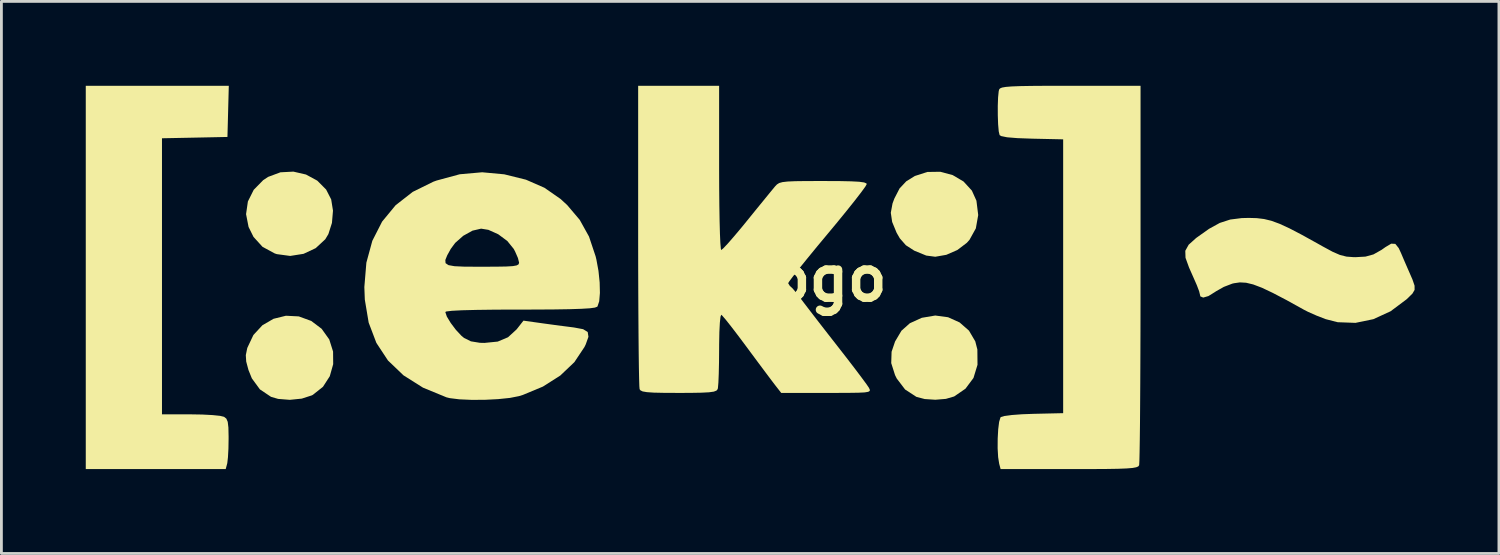
<source format=kicad_pcb>
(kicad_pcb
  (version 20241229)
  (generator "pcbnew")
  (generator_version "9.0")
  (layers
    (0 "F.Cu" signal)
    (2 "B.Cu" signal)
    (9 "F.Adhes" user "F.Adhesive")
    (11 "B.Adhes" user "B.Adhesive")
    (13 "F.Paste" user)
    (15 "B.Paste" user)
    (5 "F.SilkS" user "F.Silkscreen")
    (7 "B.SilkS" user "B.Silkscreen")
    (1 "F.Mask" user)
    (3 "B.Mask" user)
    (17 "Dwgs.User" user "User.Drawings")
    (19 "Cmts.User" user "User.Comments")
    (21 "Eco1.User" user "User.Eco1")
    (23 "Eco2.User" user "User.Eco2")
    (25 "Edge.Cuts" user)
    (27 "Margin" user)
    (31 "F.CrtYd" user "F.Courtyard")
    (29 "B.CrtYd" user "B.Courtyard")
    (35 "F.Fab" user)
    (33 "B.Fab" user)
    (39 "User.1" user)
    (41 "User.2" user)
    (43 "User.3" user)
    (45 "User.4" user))
  (footprint "ek_logo"
    (layer "F.Cu")
    (at 24.215 6.858)
    (property "Reference" "ek_logo" (at 0 0 0) (layer "F.SilkS") (effects (font (size 1.5 1.5) (thickness 0.3))))
    (attr board_only exclude_from_pos_files exclude_from_bom)
    (fp_poly (pts (xy -16.384 -3.702) (xy -15.984 -3.485) (xy -15.668 -3.168) (xy -15.488 -2.817) (xy -15.424 -2.417) (xy -15.461 -1.981) (xy -15.588 -1.583) (xy -15.698 -1.4) (xy -16.039 -1.084) (xy -16.47 -0.882) (xy -16.946 -0.807) (xy -17.421 -0.871) (xy -17.498 -0.897) (xy -17.93 -1.131) (xy -18.25 -1.483) (xy -18.426 -1.837) (xy -18.515 -2.293) (xy -18.45 -2.744) (xy -18.243 -3.158) (xy -17.905 -3.503) (xy -17.73 -3.618) (xy -17.292 -3.781) (xy -16.832 -3.805)) (stroke (width 0) (type solid)) (fill yes) (layer "F.SilkS"))
    (fp_poly (pts (xy 6.449 1.373) (xy 6.859 1.558) (xy 7.192 1.85) (xy 7.416 2.231) (xy 7.49 2.519) (xy 7.495 3.064) (xy 7.352 3.532) (xy 7.067 3.914) (xy 6.665 4.19) (xy 6.371 4.276) (xy 5.996 4.307) (xy 5.617 4.282) (xy 5.321 4.204) (xy 4.92 3.942) (xy 4.623 3.552) (xy 4.562 3.429) (xy 4.427 3.004) (xy 4.44 2.6) (xy 4.564 2.235) (xy 4.791 1.852) (xy 5.09 1.586) (xy 5.506 1.396) (xy 5.52 1.392) (xy 5.993 1.312)) (stroke (width 0) (type solid)) (fill yes) (layer "F.SilkS"))
    (fp_poly (pts (xy -16.64 1.343) (xy -16.197 1.505) (xy -15.828 1.783) (xy -15.557 2.162) (xy -15.421 2.593) (xy -15.417 3.042) (xy -15.538 3.471) (xy -15.78 3.846) (xy -16.137 4.13) (xy -16.175 4.151) (xy -16.534 4.267) (xy -16.96 4.31) (xy -17.375 4.277) (xy -17.628 4.203) (xy -18.022 3.939) (xy -18.309 3.547) (xy -18.43 3.248) (xy -18.51 2.948) (xy -18.524 2.721) (xy -18.476 2.484) (xy -18.468 2.457) (xy -18.254 2.004) (xy -17.934 1.658) (xy -17.538 1.428) (xy -17.097 1.32)) (stroke (width 0) (type solid)) (fill yes) (layer "F.SilkS"))
    (fp_poly (pts (xy 6.612 -3.682) (xy 6.998 -3.454) (xy 7.295 -3.13) (xy 7.457 -2.771) (xy 7.52 -2.261) (xy 7.436 -1.787) (xy 7.21 -1.379) (xy 7.116 -1.274) (xy 6.779 -1.018) (xy 6.387 -0.847) (xy 5.994 -0.778) (xy 5.673 -0.82) (xy 5.247 -0.994) (xy 4.948 -1.187) (xy 4.733 -1.432) (xy 4.619 -1.63) (xy 4.46 -2.016) (xy 4.412 -2.342) (xy 4.473 -2.672) (xy 4.538 -2.847) (xy 4.724 -3.208) (xy 4.962 -3.461) (xy 5.267 -3.65) (xy 5.712 -3.793) (xy 6.172 -3.8)) (stroke (width 0) (type solid)) (fill yes) (layer "F.SilkS"))
    (fp_poly (pts (xy -19.153 -5.948) (xy -19.177 -5.038) (xy -20.341 -5.014) (xy -21.505 -4.991) (xy -21.505 -0.082) (xy -21.505 4.826) (xy -20.484 4.826) (xy -20.071 4.833) (xy -19.708 4.852) (xy -19.437 4.88) (xy -19.298 4.914) (xy -19.216 4.979) (xy -19.167 5.093) (xy -19.143 5.293) (xy -19.136 5.616) (xy -19.136 5.697) (xy -19.142 6.048) (xy -19.159 6.353) (xy -19.182 6.556) (xy -19.188 6.583) (xy -19.239 6.773) (xy -21.727 6.773) (xy -24.215 6.773) (xy -24.215 -0.042) (xy -24.215 -6.858) (xy -21.672 -6.858) (xy -19.129 -6.858)) (stroke (width 0) (type solid)) (fill yes) (layer "F.SilkS"))
    (fp_poly (pts (xy 13.293 -0.176) (xy 13.292 0.875) (xy 13.29 1.878) (xy 13.287 2.822) (xy 13.283 3.691) (xy 13.278 4.473) (xy 13.273 5.156) (xy 13.266 5.726) (xy 13.259 6.169) (xy 13.252 6.474) (xy 13.244 6.625) (xy 13.241 6.639) (xy 13.21 6.679) (xy 13.137 6.709) (xy 13.005 6.733) (xy 12.795 6.75) (xy 12.49 6.762) (xy 12.071 6.769) (xy 11.52 6.772) (xy 10.82 6.773) (xy 10.753 6.773) (xy 8.317 6.773) (xy 8.266 6.583) (xy 8.229 6.348) (xy 8.211 6.034) (xy 8.213 5.689) (xy 8.231 5.36) (xy 8.264 5.094) (xy 8.311 4.939) (xy 8.324 4.924) (xy 8.451 4.885) (xy 8.714 4.85) (xy 9.08 4.823) (xy 9.488 4.808) (xy 10.541 4.784) (xy 10.541 -0.085) (xy 10.541 -4.953) (xy 9.444 -4.977) (xy 8.914 -4.996) (xy 8.547 -5.026) (xy 8.337 -5.069) (xy 8.281 -5.104) (xy 8.25 -5.236) (xy 8.228 -5.488) (xy 8.217 -5.806) (xy 8.216 -6.143) (xy 8.227 -6.445) (xy 8.249 -6.664) (xy 8.264 -6.724) (xy 8.295 -6.763) (xy 8.367 -6.794) (xy 8.499 -6.817) (xy 8.706 -6.834) (xy 9.009 -6.846) (xy 9.424 -6.853) (xy 9.97 -6.857) (xy 10.663 -6.858) (xy 10.804 -6.858) (xy 13.293 -6.858)) (stroke (width 0) (type solid)) (fill yes) (layer "F.SilkS"))
    (fp_poly (pts (xy 17.426 -2.151) (xy 17.684 -2.12) (xy 17.945 -2.057) (xy 18.236 -1.95) (xy 18.584 -1.79) (xy 19.014 -1.566) (xy 19.553 -1.268) (xy 19.77 -1.146) (xy 20.121 -0.956) (xy 20.385 -0.841) (xy 20.616 -0.783) (xy 20.866 -0.764) (xy 20.935 -0.763) (xy 21.292 -0.783) (xy 21.575 -0.861) (xy 21.864 -1.024) (xy 22.003 -1.122) (xy 22.207 -1.243) (xy 22.352 -1.236) (xy 22.473 -1.086) (xy 22.555 -0.91) (xy 22.677 -0.623) (xy 22.794 -0.354) (xy 22.82 -0.295) (xy 22.963 0.033) (xy 23.037 0.25) (xy 23.038 0.401) (xy 22.962 0.531) (xy 22.807 0.684) (xy 22.747 0.74) (xy 22.182 1.162) (xy 21.571 1.442) (xy 20.936 1.573) (xy 20.302 1.55) (xy 19.877 1.441) (xy 19.554 1.316) (xy 19.247 1.18) (xy 19.097 1.103) (xy 18.487 0.765) (xy 17.998 0.509) (xy 17.61 0.325) (xy 17.299 0.207) (xy 17.045 0.146) (xy 16.824 0.134) (xy 16.615 0.164) (xy 16.553 0.179) (xy 16.254 0.294) (xy 15.972 0.453) (xy 15.944 0.473) (xy 15.707 0.62) (xy 15.521 0.674) (xy 15.419 0.631) (xy 15.409 0.584) (xy 15.377 0.452) (xy 15.297 0.24) (xy 15.272 0.182) (xy 15.145 -0.106) (xy 15.02 -0.388) (xy 15.013 -0.406) (xy 14.892 -0.741) (xy 14.884 -0.99) (xy 15.004 -1.206) (xy 15.263 -1.439) (xy 15.282 -1.454) (xy 15.727 -1.77) (xy 16.109 -1.98) (xy 16.481 -2.101) (xy 16.892 -2.153) (xy 17.145 -2.159)) (stroke (width 0) (type solid)) (fill yes) (layer "F.SilkS"))
    (fp_poly (pts (xy -9.332 -3.709) (xy -8.561 -3.518) (xy -7.905 -3.231) (xy -7.332 -2.833) (xy -7.095 -2.615) (xy -6.65 -2.09) (xy -6.32 -1.496) (xy -6.085 -0.793) (xy -6.057 -0.677) (xy -5.983 -0.274) (xy -5.941 0.136) (xy -5.932 0.509) (xy -5.957 0.806) (xy -6.017 0.985) (xy -6.028 0.999) (xy -6.11 1.03) (xy -6.294 1.055) (xy -6.593 1.073) (xy -7.018 1.087) (xy -7.582 1.096) (xy -8.297 1.1) (xy -8.78 1.101) (xy -9.625 1.103) (xy -10.311 1.112) (xy -10.836 1.125) (xy -11.197 1.144) (xy -11.393 1.168) (xy -11.43 1.187) (xy -11.376 1.348) (xy -11.238 1.576) (xy -11.055 1.819) (xy -10.862 2.027) (xy -10.765 2.108) (xy -10.52 2.23) (xy -10.201 2.282) (xy -10.037 2.286) (xy -9.566 2.239) (xy -9.199 2.084) (xy -8.895 1.805) (xy -8.863 1.765) (xy -8.651 1.494) (xy -7.945 1.593) (xy -7.556 1.646) (xy -7.175 1.696) (xy -6.878 1.734) (xy -6.844 1.739) (xy -6.529 1.798) (xy -6.366 1.899) (xy -6.34 2.069) (xy -6.436 2.338) (xy -6.482 2.433) (xy -6.841 2.971) (xy -7.341 3.446) (xy -7.959 3.839) (xy -8.675 4.137) (xy -8.818 4.18) (xy -9.134 4.242) (xy -9.553 4.285) (xy -10.025 4.309) (xy -10.501 4.311) (xy -10.932 4.292) (xy -11.269 4.25) (xy -11.388 4.221) (xy -12.223 3.877) (xy -12.916 3.44) (xy -13.469 2.911) (xy -13.881 2.286) (xy -14.155 1.565) (xy -14.292 0.747) (xy -14.309 0.301) (xy -14.237 -0.567) (xy -14.211 -0.663) (xy -11.429 -0.663) (xy -11.421 -0.55) (xy -11.318 -0.48) (xy -11.105 -0.442) (xy -10.762 -0.426) (xy -10.272 -0.423) (xy -10.118 -0.423) (xy -9.618 -0.425) (xy -9.263 -0.431) (xy -9.029 -0.445) (xy -8.892 -0.47) (xy -8.826 -0.507) (xy -8.807 -0.56) (xy -8.807 -0.572) (xy -8.847 -0.733) (xy -8.948 -0.964) (xy -8.998 -1.058) (xy -9.226 -1.339) (xy -9.547 -1.577) (xy -9.898 -1.735) (xy -10.157 -1.777) (xy -10.463 -1.706) (xy -10.791 -1.524) (xy -11.08 -1.269) (xy -11.236 -1.057) (xy -11.362 -0.829) (xy -11.429 -0.663) (xy -14.211 -0.663) (xy -14.025 -1.345) (xy -13.677 -2.028) (xy -13.197 -2.61) (xy -12.588 -3.085) (xy -11.856 -3.446) (xy -11.743 -3.487) (xy -10.918 -3.711) (xy -10.119 -3.782)) (stroke (width 0) (type solid)) (fill yes) (layer "F.SilkS"))
    (fp_poly (pts (xy -1.693 -3.937) (xy -1.691 -3.239) (xy -1.685 -2.604) (xy -1.676 -2.05) (xy -1.664 -1.597) (xy -1.649 -1.262) (xy -1.632 -1.064) (xy -1.619 -1.016) (xy -1.543 -1.079) (xy -1.381 -1.251) (xy -1.154 -1.512) (xy -0.88 -1.838) (xy -0.702 -2.056) (xy -0.401 -2.428) (xy -0.125 -2.766) (xy 0.101 -3.043) (xy 0.256 -3.231) (xy 0.3 -3.284) (xy 0.364 -3.35) (xy 0.442 -3.399) (xy 0.56 -3.432) (xy 0.742 -3.453) (xy 1.015 -3.465) (xy 1.403 -3.47) (xy 1.931 -3.471) (xy 2.008 -3.471) (xy 2.579 -3.469) (xy 3 -3.46) (xy 3.288 -3.445) (xy 3.464 -3.42) (xy 3.545 -3.386) (xy 3.556 -3.361) (xy 3.504 -3.269) (xy 3.356 -3.066) (xy 3.128 -2.771) (xy 2.834 -2.403) (xy 2.488 -1.979) (xy 2.159 -1.583) (xy 1.781 -1.129) (xy 1.442 -0.715) (xy 1.156 -0.361) (xy 0.938 -0.085) (xy 0.802 0.097) (xy 0.762 0.163) (xy 0.825 0.264) (xy 0.833 0.268) (xy 0.918 0.347) (xy 1.065 0.522) (xy 1.192 0.689) (xy 1.337 0.88) (xy 1.564 1.176) (xy 1.85 1.547) (xy 2.175 1.965) (xy 2.511 2.395) (xy 2.835 2.811) (xy 3.127 3.191) (xy 3.369 3.512) (xy 3.544 3.749) (xy 3.633 3.88) (xy 3.636 3.886) (xy 3.665 3.948) (xy 3.664 3.993) (xy 3.609 4.025) (xy 3.482 4.046) (xy 3.26 4.057) (xy 2.923 4.062) (xy 2.448 4.064) (xy 2.123 4.064) (xy 0.515 4.064) (xy 0.3 3.789) (xy 0.176 3.626) (xy -0.026 3.357) (xy -0.282 3.014) (xy -0.569 2.628) (xy -0.728 2.413) (xy -1.007 2.04) (xy -1.254 1.717) (xy -1.451 1.468) (xy -1.58 1.318) (xy -1.617 1.284) (xy -1.644 1.354) (xy -1.667 1.567) (xy -1.684 1.898) (xy -1.692 2.322) (xy -1.693 2.526) (xy -1.697 2.982) (xy -1.706 3.383) (xy -1.719 3.698) (xy -1.736 3.891) (xy -1.745 3.93) (xy -1.786 3.981) (xy -1.881 4.018) (xy -2.053 4.042) (xy -2.327 4.056) (xy -2.727 4.063) (xy -3.133 4.064) (xy -3.646 4.062) (xy -4.014 4.054) (xy -4.262 4.037) (xy -4.413 4.011) (xy -4.493 3.971) (xy -4.521 3.93) (xy -4.53 3.824) (xy -4.538 3.563) (xy -4.546 3.162) (xy -4.553 2.637) (xy -4.559 2.001) (xy -4.564 1.27) (xy -4.568 0.458) (xy -4.571 -0.42) (xy -4.572 -1.349) (xy -4.572 -1.531) (xy -4.572 -6.858) (xy -3.133 -6.858) (xy -1.693 -6.858)) (stroke (width 0) (type solid)) (fill yes) (layer "F.SilkS")))
  (gr_rect
    (start -3 -3)
    (end 50.252 16.631)
    (stroke (width 0.1) (type default))
    (fill no)
    (layer "Edge.Cuts")))
</source>
